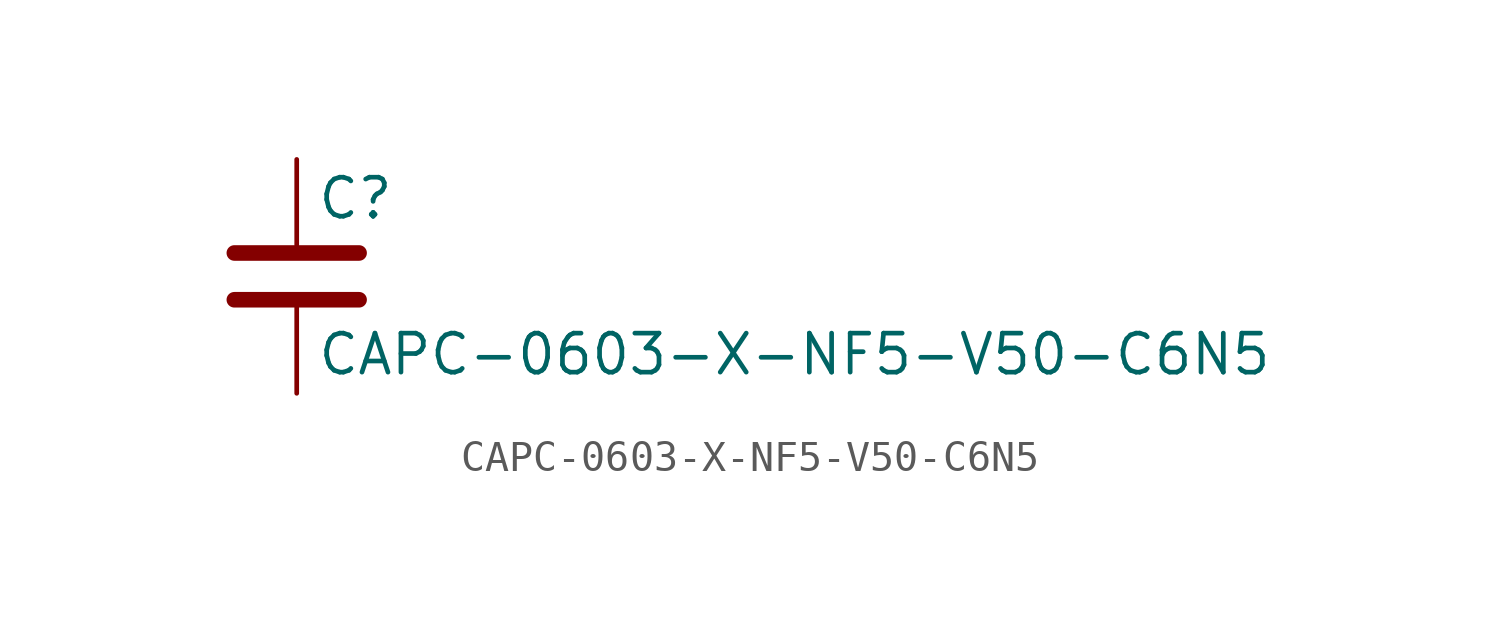
<source format=kicad_sym>
(kicad_symbol_lib
  (version 20211014)
  (generator kicad_symbol_editor)
  (symbol "CAPC-0603-X-NF5-V50-C6N5"
    (pin_numbers hide)
    (pin_names
      (offset 0.254))
    (property "Reference" "C"
      (at 0.635 2.54 0)
      (effects (font (size 1.27 1.27)) (justify left)))
    (property "Value" "CAPC-0603-X-NF5-V50-C6N5"
      (at 0.635 -2.54 0)
      (effects (font (size 1.27 1.27)) (justify left)))
    (symbol "CAPC-0603-X-NF5-V50-C6N5_0_1"
      (polyline (pts (xy -2.032 -0.762) (xy 2.032 -0.762)) (stroke (width 0.508) (type default) (color 0 0 0 0)) (fill (type none)))
      (polyline (pts (xy -2.032 0.762) (xy 2.032 0.762)) (stroke (width 0.508) (type default) (color 0 0 0 0)) (fill (type none))))
    (symbol "CAPC-0603-X-NF5-V50-C6N5_1_1"
      (pin passive line (at 0 3.81 270) (length 2.794) (name "~" (effects (font (size 1.27 1.27)))) (number "1" (effects (font (size 1.27 1.27)))))
      (pin passive line (at 0 -3.81 90) (length 2.794) (name "~" (effects (font (size 1.27 1.27)))) (number "2" (effects (font (size 1.27 1.27))))))))
</source>
